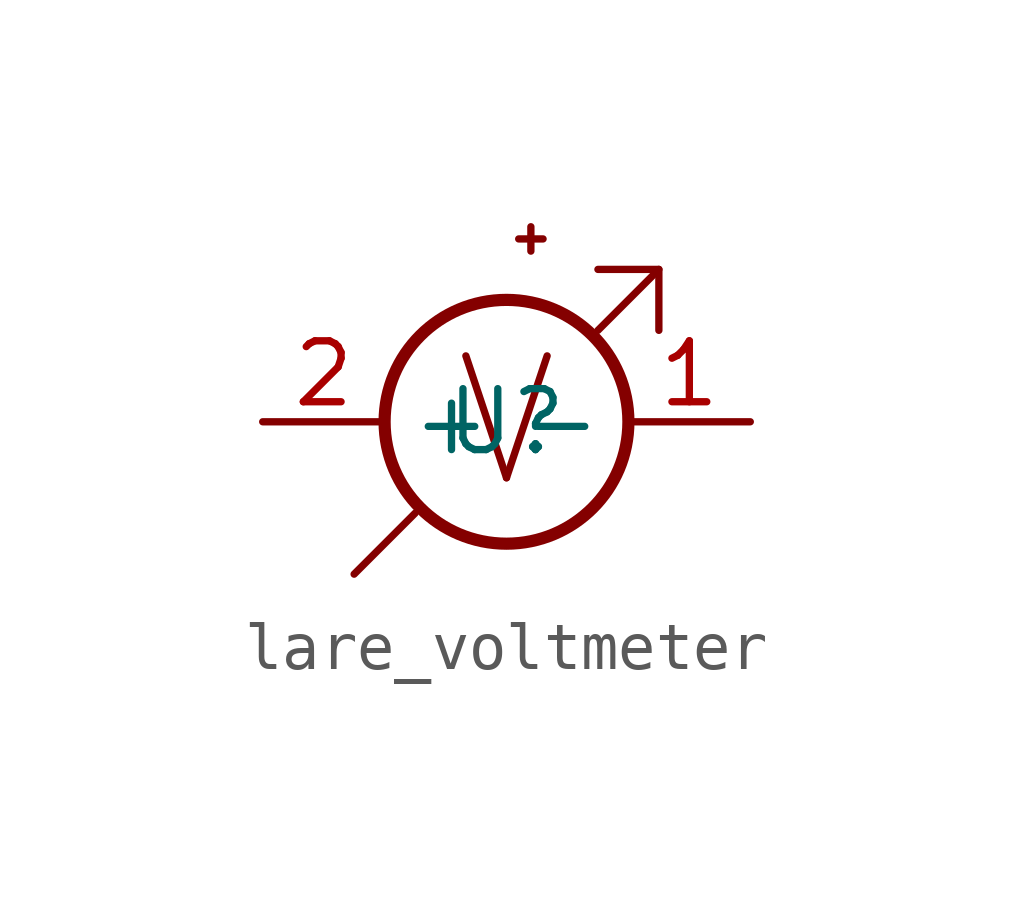
<source format=kicad_sym>
(kicad_symbol_lib
  (version 20231120)
  (generator "kicad_symbol_editor")
  (generator_version "8.0")
  (symbol "lare_voltmeter"
    (property "Reference" "U"
      (at 0 0 0)
      (effects (font (size 1.27 1.27))))
    (property "Value" ""
      (at 0 0 0)
      (effects (font (size 1.27 1.27))))
    (symbol "lare_voltmeter_0_0"
      (polyline (pts (xy -3.175 -3.175) (xy -1.905 -1.905)) (stroke (width 0) (type default)) (fill (type none)))
      (polyline (pts (xy 1.905 1.905) (xy 3.175 3.175)) (stroke (width 0) (type default)) (fill (type none)))
      (polyline (pts (xy 1.905 3.175) (xy 3.175 3.175) (xy 3.175 1.905)) (stroke (width 0) (type default)) (fill (type none)))
      (text "V" (at 0 0 0) (effects (font (size 2.54 2.54)))))
    (symbol "lare_voltmeter_0_1"
      (polyline (pts (xy 0.254 3.81) (xy 0.762 3.81)) (stroke (width 0) (type default)) (fill (type none)))
      (polyline (pts (xy 0.508 4.064) (xy 0.508 3.556)) (stroke (width 0) (type default)) (fill (type none)))
      (circle (center 0 0) (radius 2.54) (stroke (width 0.254) (type default)) (fill (type none))))
    (symbol "lare_voltmeter_1_1"
      (pin passive line (at 5.08 0 180) (length 2.54) (name "-" (effects (font (size 1.27 1.27)))) (number "1" (effects (font (size 1.27 1.27)))))
      (pin passive line (at -5.08 0 0) (length 2.54) (name "+" (effects (font (size 1.27 1.27)))) (number "2" (effects (font (size 1.27 1.27))))))))
</source>
